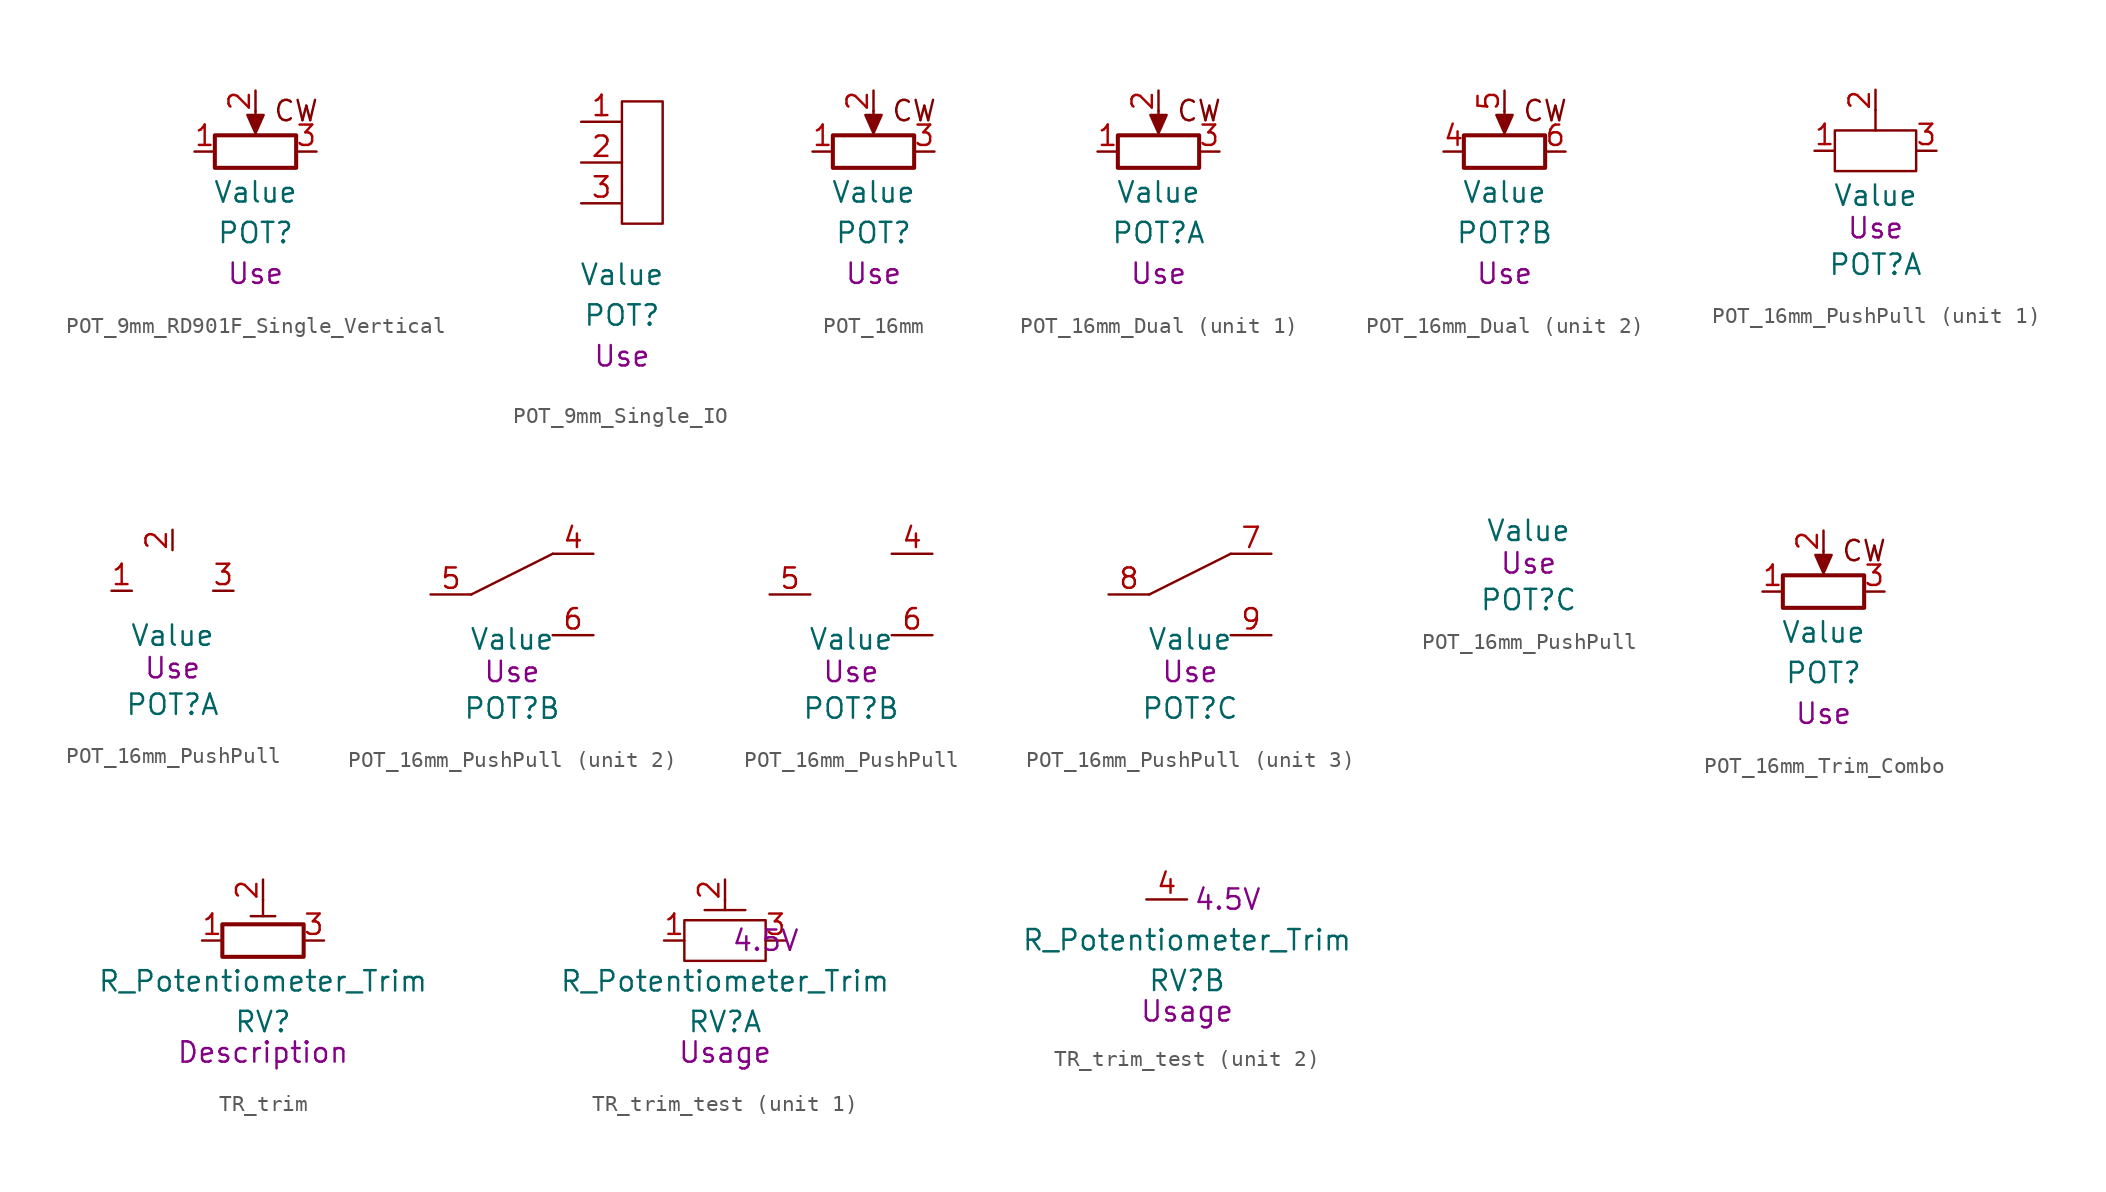
<source format=kicad_sym>
(kicad_symbol_lib
  (version 20241209)
  (generator "kicad_symbol_editor")
  (generator_version "9.0")
  (symbol "POT_9mm_RD901F_Single_Vertical"
    (pin_names
      (offset 1.016)
      (hide yes))
    (property "Reference" "POT"
      (at 0 -5.08 0)
      (do_not_autoplace)
      (effects (font (size 1.27 1.27))))
    (property "Value" "Value"
      (at 0 -2.54 0)
      (do_not_autoplace)
      (effects (font (size 1.27 1.27))))
    (property "Description" "Use"
      (at 0 -7.62 0)
      (do_not_autoplace)
      (effects (font (size 1.27 1.27))))
    (symbol "POT_9mm_RD901F_Single_Vertical_0_1"
      (rectangle (start -2.54 1.016) (end 2.54 -1.016) (stroke (width 0.254) (type default)) (fill (type none)))
      (polyline (pts (xy 0 2.54) (xy 0 1.524)) (stroke (width 0) (type default)) (fill (type none)))
      (polyline (pts (xy 0 1.143) (xy -0.508 2.286) (xy 0.508 2.286) (xy 0 1.143)) (stroke (width 0) (type default)) (fill (type outline)))
      (text "CW" (at 2.54 2.54 0) (effects (font (size 1.27 1.27)))))
    (symbol "POT_9mm_RD901F_Single_Vertical_1_1"
      (pin passive line (at -3.81 0 0) (length 1.27) (name "1" (effects (font (size 1.27 1.27)))) (number "1" (effects (font (size 1.27 1.27)))))
      (pin passive line (at 0 3.81 270) (length 1.27) (name "2" (effects (font (size 1.27 1.27)))) (number "2" (effects (font (size 1.27 1.27)))))
      (pin passive line (at 3.81 0 180) (length 1.27) (name "3" (effects (font (size 1.27 1.27)))) (number "3" (effects (font (size 1.27 1.27)))))))
  (symbol "POT_9mm_Single_IO"
    (pin_names
      (offset 1.016)
      (hide yes))
    (property "Reference" "POT"
      (at 0 -9.525 0)
      (do_not_autoplace)
      (effects (font (size 1.27 1.27))))
    (property "Value" "Value"
      (at 0 -6.985 0)
      (do_not_autoplace)
      (effects (font (size 1.27 1.27))))
    (property "Description" "Use"
      (at 0 -12.065 0)
      (do_not_autoplace)
      (effects (font (size 1.27 1.27))))
    (symbol "POT_9mm_Single_IO_0_1"
      (rectangle (start 0 3.81) (end 2.54 -3.81) (stroke (width 0) (type default)) (fill (type none))))
    (symbol "POT_9mm_Single_IO_1_1"
      (pin passive line (at -2.54 2.54 0) (length 2.54) (name "" (effects (font (size 1.27 1.27)))) (number "1" (effects (font (size 1.27 1.27)))))
      (pin passive line (at -2.54 0 0) (length 2.54) (name "" (effects (font (size 1.27 1.27)))) (number "2" (effects (font (size 1.27 1.27)))))
      (pin passive line (at -2.54 -2.54 0) (length 2.54) (name "" (effects (font (size 1.27 1.27)))) (number "3" (effects (font (size 1.27 1.27)))))))
  (symbol "POT_16mm"
    (pin_names
      (offset 1.016)
      (hide yes))
    (property "Reference" "POT"
      (at 0 -5.08 0)
      (do_not_autoplace)
      (effects (font (size 1.27 1.27))))
    (property "Value" "Value"
      (at 0 -2.54 0)
      (do_not_autoplace)
      (effects (font (size 1.27 1.27))))
    (property "Description" "Use"
      (at 0 -7.62 0)
      (do_not_autoplace)
      (effects (font (size 1.27 1.27))))
    (symbol "POT_16mm_0_1"
      (rectangle (start -2.54 1.016) (end 2.54 -1.016) (stroke (width 0.254) (type default)) (fill (type none)))
      (polyline (pts (xy 0 2.54) (xy 0 1.524)) (stroke (width 0) (type default)) (fill (type none)))
      (polyline (pts (xy 0 1.143) (xy -0.508 2.286) (xy 0.508 2.286) (xy 0 1.143)) (stroke (width 0) (type default)) (fill (type outline)))
      (text "CW" (at 2.54 2.54 0) (effects (font (size 1.27 1.27)))))
    (symbol "POT_16mm_1_1"
      (pin passive line (at -3.81 0 0) (length 1.27) (name "1" (effects (font (size 1.27 1.27)))) (number "1" (effects (font (size 1.27 1.27)))))
      (pin passive line (at 0 3.81 270) (length 1.27) (name "2" (effects (font (size 1.27 1.27)))) (number "2" (effects (font (size 1.27 1.27)))))
      (pin passive line (at 3.81 0 180) (length 1.27) (name "3" (effects (font (size 1.27 1.27)))) (number "3" (effects (font (size 1.27 1.27)))))))
  (symbol "POT_16mm_Dual"
    (pin_names
      (offset 1.016)
      (hide yes))
    (property "Reference" "POT"
      (at 0 -5.08 0)
      (do_not_autoplace)
      (effects (font (size 1.27 1.27))))
    (property "Value" "Value"
      (at 0 -2.54 0)
      (do_not_autoplace)
      (effects (font (size 1.27 1.27))))
    (property "Description" "Use"
      (at 0 -7.62 0)
      (do_not_autoplace)
      (effects (font (size 1.27 1.27))))
    (symbol "POT_16mm_Dual_0_1"
      (rectangle (start -2.54 1.016) (end 2.54 -1.016) (stroke (width 0.254) (type default)) (fill (type none)))
      (polyline (pts (xy 0 2.54) (xy 0 1.524)) (stroke (width 0) (type default)) (fill (type none)))
      (polyline (pts (xy 0 1.143) (xy -0.508 2.286) (xy 0.508 2.286) (xy 0 1.143)) (stroke (width 0) (type default)) (fill (type outline)))
      (text "CW" (at 2.54 2.54 0) (effects (font (size 1.27 1.27)))))
    (symbol "POT_16mm_Dual_1_1"
      (pin passive line (at -3.81 0 0) (length 1.27) (name "1" (effects (font (size 1.27 1.27)))) (number "1" (effects (font (size 1.27 1.27)))))
      (pin passive line (at 0 3.81 270) (length 1.27) (name "2" (effects (font (size 1.27 1.27)))) (number "2" (effects (font (size 1.27 1.27)))))
      (pin passive line (at 3.81 0 180) (length 1.27) (name "3" (effects (font (size 1.27 1.27)))) (number "3" (effects (font (size 1.27 1.27))))))
    (symbol "POT_16mm_Dual_2_1"
      (pin passive line (at -3.81 0 0) (length 1.27) (name "4" (effects (font (size 1.27 1.27)))) (number "4" (effects (font (size 1.27 1.27)))))
      (pin passive line (at 0 3.81 270) (length 1.27) (name "5" (effects (font (size 1.27 1.27)))) (number "5" (effects (font (size 1.27 1.27)))))
      (pin passive line (at 3.81 0 180) (length 1.27) (name "6" (effects (font (size 1.27 1.27)))) (number "6" (effects (font (size 1.27 1.27)))))))
  (symbol "POT_16mm_PushPull"
    (pin_names
      (offset 1.016)
      (hide yes))
    (property "Reference" "POT"
      (at 0 -7.112 0)
      (do_not_autoplace)
      (effects (font (size 1.27 1.27))))
    (property "Value" "Value"
      (at 0 -2.794 0)
      (do_not_autoplace)
      (effects (font (size 1.27 1.27))))
    (property "Description" "Use"
      (at 0 -4.826 0)
      (do_not_autoplace)
      (effects (font (size 1.27 1.27))))
    (property "ki_locked" ""
      (at 0 0 0)
      (effects (font (size 1.27 1.27))))
    (symbol "POT_16mm_PushPull_1_1"
      (rectangle (start -2.54 1.27) (end 2.54 -1.27) (stroke (width 0) (type default)) (fill (type none)))
      (rectangle (start 0 2.54) (end 0 1.27) (stroke (width 0) (type default)) (fill (type none)))
      (pin passive line (at -3.81 0 0) (length 1.27) (name "1" (effects (font (size 1.27 1.27)))) (number "1" (effects (font (size 1.27 1.27)))))
      (pin passive line (at 0 3.81 270) (length 1.27) (name "2" (effects (font (size 1.27 1.27)))) (number "2" (effects (font (size 1.27 1.27)))))
      (pin passive line (at 3.81 0 180) (length 1.27) (name "3" (effects (font (size 1.27 1.27)))) (number "3" (effects (font (size 1.27 1.27))))))
    (symbol "POT_16mm_PushPull_1_2"
      (pin passive line (at -3.81 0 0) (length 1.27) (name "1" (effects (font (size 1.27 1.27)))) (number "1" (effects (font (size 1.27 1.27)))))
      (pin passive line (at 0 3.81 270) (length 1.27) (name "2" (effects (font (size 1.27 1.27)))) (number "2" (effects (font (size 1.27 1.27)))))
      (pin passive line (at 3.81 0 180) (length 1.27) (name "3" (effects (font (size 1.27 1.27)))) (number "3" (effects (font (size 1.27 1.27))))))
    (symbol "POT_16mm_PushPull_2_1"
      (polyline (pts (xy -2.54 0) (xy 2.54 2.54)) (stroke (width 0) (type default)) (fill (type none)))
      (pin passive line (at -5.08 0 0) (length 2.54) (name "B" (effects (font (size 1.27 1.27)))) (number "5" (effects (font (size 1.27 1.27)))))
      (pin passive line (at 5.08 2.54 180) (length 2.54) (name "A" (effects (font (size 1.27 1.27)))) (number "4" (effects (font (size 1.27 1.27)))))
      (pin passive line (at 5.08 -2.54 180) (length 2.54) (name "C" (effects (font (size 1.27 1.27)))) (number "6" (effects (font (size 1.27 1.27))))))
    (symbol "POT_16mm_PushPull_2_2"
      (pin passive line (at -5.08 0 0) (length 2.54) (name "B" (effects (font (size 1.27 1.27)))) (number "5" (effects (font (size 1.27 1.27)))))
      (pin passive line (at 5.08 2.54 180) (length 2.54) (name "A" (effects (font (size 1.27 1.27)))) (number "4" (effects (font (size 1.27 1.27)))))
      (pin passive line (at 5.08 -2.54 180) (length 2.54) (name "C" (effects (font (size 1.27 1.27)))) (number "6" (effects (font (size 1.27 1.27))))))
    (symbol "POT_16mm_PushPull_3_1"
      (polyline (pts (xy -2.54 0) (xy 2.54 2.54)) (stroke (width 0) (type default)) (fill (type none)))
      (pin passive line (at -5.08 0 0) (length 2.54) (name "B" (effects (font (size 1.27 1.27)))) (number "8" (effects (font (size 1.27 1.27)))))
      (pin passive line (at 5.08 2.54 180) (length 2.54) (name "A" (effects (font (size 1.27 1.27)))) (number "7" (effects (font (size 1.27 1.27)))))
      (pin passive line (at 5.08 -2.54 180) (length 2.54) (name "C" (effects (font (size 1.27 1.27)))) (number "9" (effects (font (size 1.27 1.27)))))))
  (symbol "POT_16mm_Trim_Combo"
    (pin_names
      (offset 1.016)
      (hide yes))
    (property "Reference" "POT"
      (at 0 -5.08 0)
      (do_not_autoplace)
      (effects (font (size 1.27 1.27))))
    (property "Value" "Value"
      (at 0 -2.54 0)
      (do_not_autoplace)
      (effects (font (size 1.27 1.27))))
    (property "Description" "Use"
      (at 0 -7.62 0)
      (do_not_autoplace)
      (effects (font (size 1.27 1.27))))
    (symbol "POT_16mm_Trim_Combo_0_1"
      (rectangle (start -2.54 1.016) (end 2.54 -1.016) (stroke (width 0.254) (type default)) (fill (type none)))
      (polyline (pts (xy 0 2.54) (xy 0 1.524)) (stroke (width 0) (type default)) (fill (type none)))
      (polyline (pts (xy 0 1.143) (xy -0.508 2.286) (xy 0.508 2.286) (xy 0 1.143)) (stroke (width 0) (type default)) (fill (type outline)))
      (text "CW" (at 2.54 2.54 0) (effects (font (size 1.27 1.27)))))
    (symbol "POT_16mm_Trim_Combo_1_1"
      (pin passive line (at -3.81 0 0) (length 1.27) (name "1" (effects (font (size 1.27 1.27)))) (number "1" (effects (font (size 1.27 1.27)))))
      (pin passive line (at 0 3.81 270) (length 1.27) (name "2" (effects (font (size 1.27 1.27)))) (number "2" (effects (font (size 1.27 1.27)))))
      (pin passive line (at 3.81 0 180) (length 1.27) (name "3" (effects (font (size 1.27 1.27)))) (number "3" (effects (font (size 1.27 1.27)))))))
  (symbol "TR_trim"
    (pin_names
      (offset 1.016)
      (hide yes))
    (property "Reference" "RV"
      (at 0 -5.08 0)
      (effects (font (size 1.27 1.27))))
    (property "Value" "R_Potentiometer_Trim"
      (at 0 -2.54 0)
      (effects (font (size 1.27 1.27))))
    (property "Description" "Description"
      (at 0 -6.985 0)
      (effects (font (size 1.27 1.27))))
    (symbol "TR_trim_0_1"
      (rectangle (start -2.54 1.016) (end 2.54 -1.016) (stroke (width 0.254) (type default)) (fill (type none)))
      (polyline (pts (xy -0.762 1.524) (xy 0.762 1.524)) (stroke (width 0) (type default)) (fill (type none)))
      (polyline (pts (xy 0 2.54) (xy 0 1.524)) (stroke (width 0) (type default)) (fill (type none))))
    (symbol "TR_trim_1_1"
      (pin passive line (at -3.81 0 0) (length 1.27) (name "1" (effects (font (size 1.27 1.27)))) (number "1" (effects (font (size 1.27 1.27)))))
      (pin passive line (at 0 3.81 270) (length 1.27) (name "2" (effects (font (size 1.27 1.27)))) (number "2" (effects (font (size 1.27 1.27)))))
      (pin passive line (at 3.81 0 180) (length 1.27) (name "3" (effects (font (size 1.27 1.27)))) (number "3" (effects (font (size 1.27 1.27)))))))
  (symbol "TR_trim_test"
    (pin_names
      (offset 1.016)
      (hide yes))
    (property "Reference" "RV"
      (at 0 -5.08 0)
      (effects (font (size 1.27 1.27))))
    (property "Value" "R_Potentiometer_Trim"
      (at 0 -2.54 0)
      (effects (font (size 1.27 1.27))))
    (property "Description" "Usage"
      (at 0 -6.985 0)
      (effects (font (size 1.27 1.27))))
    (property "Bias" "4.5V"
      (at 2.54 0 0)
      (effects (font (size 1.27 1.27))))
    (property "ki_locked" ""
      (at 0 0 0)
      (effects (font (size 1.27 1.27))))
    (symbol "TR_trim_test_1_1"
      (rectangle (start -2.54 1.27) (end 2.54 -1.27) (stroke (width 0) (type default)) (fill (type none)))
      (polyline (pts (xy 0 2.54) (xy 0 1.905)) (stroke (width 0) (type default)) (fill (type none)))
      (polyline (pts (xy 1.27 1.905) (xy -1.27 1.905)) (stroke (width 0) (type default)) (fill (type none)))
      (pin passive line (at -3.81 0 0) (length 1.27) (name "1" (effects (font (size 1.27 1.27)))) (number "1" (effects (font (size 1.27 1.27)))))
      (pin passive line (at 0 3.81 270) (length 1.27) (name "2" (effects (font (size 1.27 1.27)))) (number "2" (effects (font (size 1.27 1.27)))))
      (pin passive line (at 3.81 0 180) (length 1.27) (name "3" (effects (font (size 1.27 1.27)))) (number "3" (effects (font (size 1.27 1.27))))))
    (symbol "TR_trim_test_2_1"
      (pin passive line (at -2.54 0 0) (length 2.54) (name "" (effects (font (size 1.27 1.27)))) (number "4" (effects (font (size 1.27 1.27))))))))
</source>
